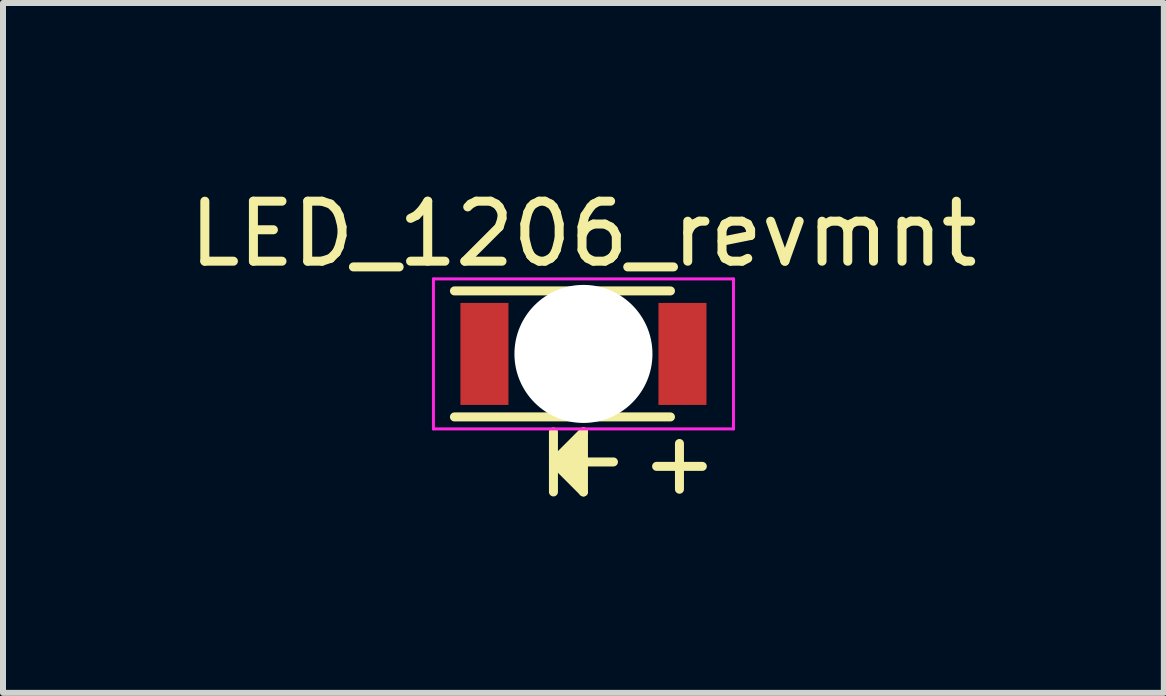
<source format=kicad_pcb>
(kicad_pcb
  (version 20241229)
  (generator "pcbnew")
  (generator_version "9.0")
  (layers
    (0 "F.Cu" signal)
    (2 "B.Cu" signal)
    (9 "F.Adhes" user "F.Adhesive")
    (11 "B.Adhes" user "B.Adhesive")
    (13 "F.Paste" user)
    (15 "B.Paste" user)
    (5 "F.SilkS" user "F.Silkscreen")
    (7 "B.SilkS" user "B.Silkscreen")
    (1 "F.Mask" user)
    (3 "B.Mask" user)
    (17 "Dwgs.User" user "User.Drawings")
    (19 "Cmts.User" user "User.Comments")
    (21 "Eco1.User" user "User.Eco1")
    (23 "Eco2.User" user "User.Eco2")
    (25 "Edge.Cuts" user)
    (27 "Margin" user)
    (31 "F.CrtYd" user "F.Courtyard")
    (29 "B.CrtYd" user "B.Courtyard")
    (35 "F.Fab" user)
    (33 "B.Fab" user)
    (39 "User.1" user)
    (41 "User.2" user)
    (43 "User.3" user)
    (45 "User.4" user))
  (footprint "LED_1206_revmnt"
    (layer "F.Cu")
    (at 6.673 2.848)
    (property "Reference" "LED_1206_revmnt" (at 0 -2 0) (layer "F.SilkS") (effects (font (size 1 1) (thickness 0.15))))
    (attr smd)
    (fp_line (start -2.15 -1.05) (end 1.45 -1.05) (stroke (width 0.15) (type solid)) (layer "F.SilkS"))
    (fp_line (start -2.15 1.05) (end 1.45 1.05) (stroke (width 0.15) (type solid)) (layer "F.SilkS"))
    (fp_line (start -0.5 1.3) (end -0.5 2.3) (stroke (width 0.15) (type solid)) (layer "F.SilkS"))
    (fp_line (start -0.5 1.8) (end 0 1.3) (stroke (width 0.15) (type solid)) (layer "F.SilkS"))
    (fp_line (start -0.4 1.8) (end -0.2 1.6) (stroke (width 0.15) (type solid)) (layer "F.SilkS"))
    (fp_line (start -0.2 1.6) (end -0.2 1.85) (stroke (width 0.15) (type solid)) (layer "F.SilkS"))
    (fp_line (start -0.2 1.85) (end -0.25 1.8) (stroke (width 0.15) (type solid)) (layer "F.SilkS"))
    (fp_line (start -0.1 1.5) (end -0.1 2.1) (stroke (width 0.15) (type solid)) (layer "F.SilkS"))
    (fp_line (start -0.1 2.1) (end -0.4 1.8) (stroke (width 0.15) (type solid)) (layer "F.SilkS"))
    (fp_line (start 0 1.3) (end 0 2.3) (stroke (width 0.15) (type solid)) (layer "F.SilkS"))
    (fp_line (start 0 1.8) (end 0.5 1.8) (stroke (width 0.15) (type solid)) (layer "F.SilkS"))
    (fp_line (start 0 2.3) (end -0.5 1.8) (stroke (width 0.15) (type solid)) (layer "F.SilkS"))
    (fp_line (start -2.5 -1.25) (end -2.5 1.25) (stroke (width 0.05) (type solid)) (layer "F.CrtYd"))
    (fp_line (start -2.5 1.25) (end 2.5 1.25) (stroke (width 0.05) (type solid)) (layer "F.CrtYd"))
    (fp_line (start 2.5 -1.25) (end -2.5 -1.25) (stroke (width 0.05) (type solid)) (layer "F.CrtYd"))
    (fp_line (start 2.5 1.25) (end 2.5 -1.25) (stroke (width 0.05) (type solid)) (layer "F.CrtYd"))
    (fp_text user "+" (at 1.6 1.8 0) (layer "F.SilkS") (effects (font (size 1 1) (thickness 0.15))))
    (pad "" np_thru_hole circle (at 0 0 180) (size 2.3 2.3) (drill 2.3) (layers "*.Cu" "*.Mask"))
    (pad "1" smd rect (at -1.65 0 180) (size 0.8 1.7) (layers "F.Cu" "F.Mask" "F.Paste"))
    (pad "2" smd rect (at 1.65 0 180) (size 0.8 1.7) (layers "F.Cu" "F.Mask" "F.Paste")))
  (gr_rect
    (start -3 -3)
    (end 16.345 8.496)
    (stroke (width 0.1) (type default))
    (fill no)
    (layer "Edge.Cuts")))
</source>
